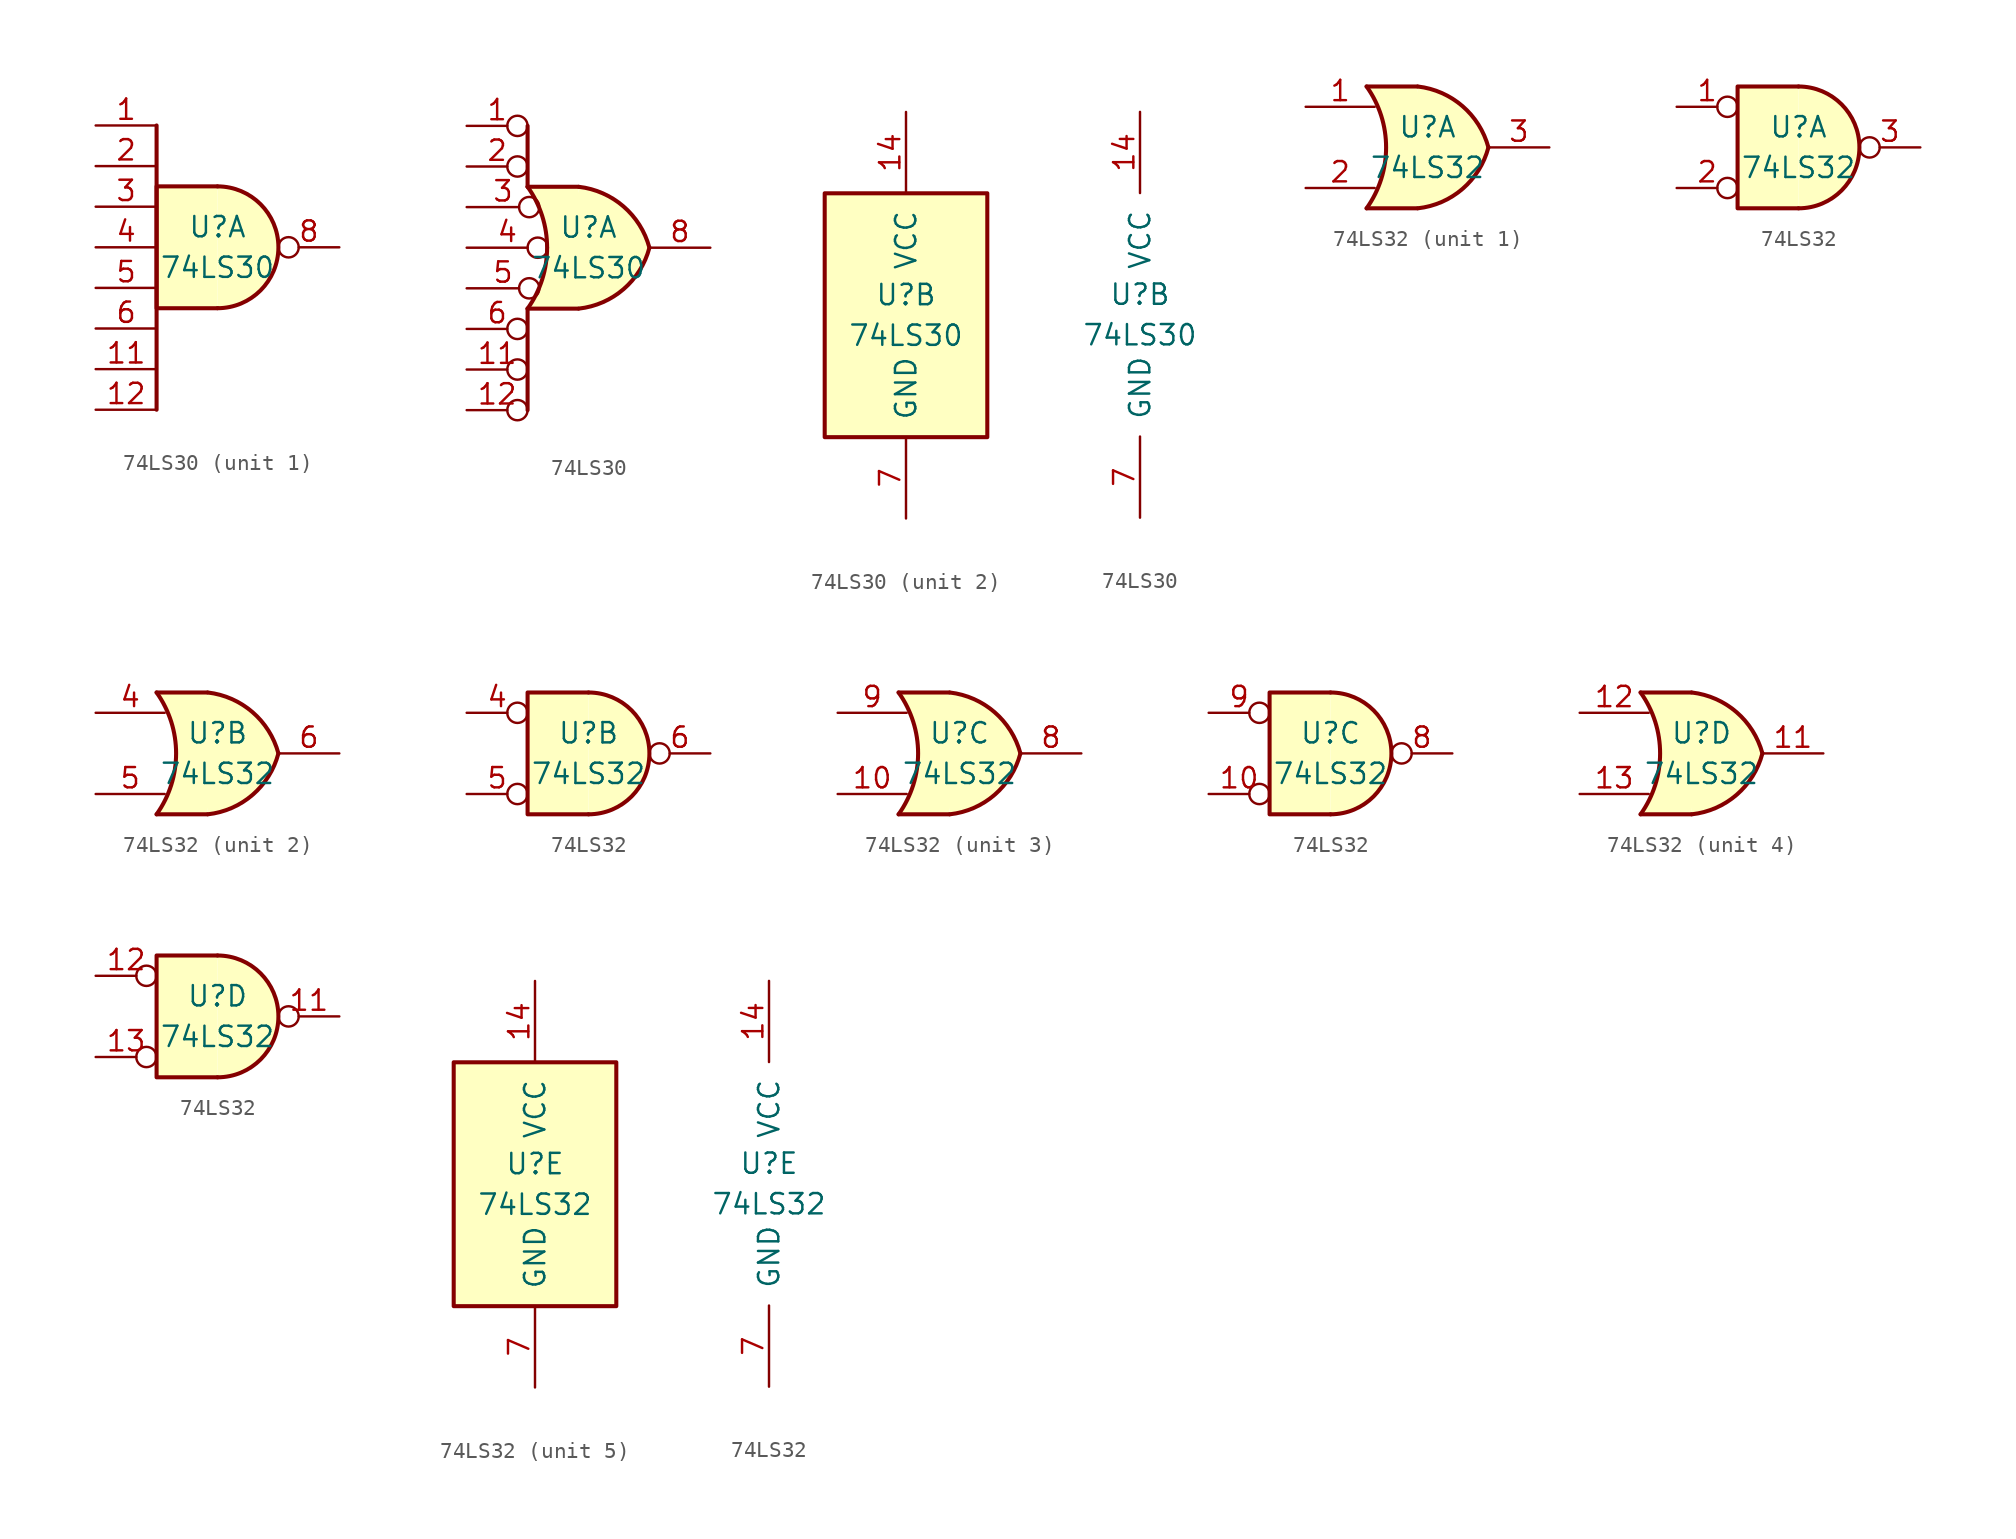
<source format=kicad_sym>
(kicad_symbol_lib
  (version 20201005)
  (generator kicad_symbol_editor)
  (symbol "74LS30"
    (pin_names
      (offset 1.016))
    (property "Reference" "U"
      (at 0 1.27 0)
      (effects (font (size 1.27 1.27))))
    (property "Value" "74LS30"
      (at 0 -1.27 0)
      (effects (font (size 1.27 1.27))))
    (property "ki_locked" ""
      (at 0 0 0)
      (effects (font (size 1.27 1.27))))
    (symbol "74LS30_1_1"
      (arc (start 0 -3.81) (end 0 3.81) (radius (at 0 0) (length 3.81) (angles -89.9 89.9)) (stroke (width 0.254)) (fill (type background)))
      (polyline (pts (xy -3.81 7.62) (xy -3.81 -10.16)) (stroke (width 0.254)) (fill (type none)))
      (polyline (pts (xy 0 3.81) (xy -3.81 3.81) (xy -3.81 -3.81) (xy 0 -3.81)) (stroke (width 0.254)) (fill (type background)))
      (pin input line (at -7.62 7.62 0) (length 3.81) (name "~" (effects (font (size 1.27 1.27)))) (number "1" (effects (font (size 1.27 1.27)))))
      (pin input line (at -7.62 -7.62 0) (length 3.81) (name "~" (effects (font (size 1.27 1.27)))) (number "11" (effects (font (size 1.27 1.27)))))
      (pin input line (at -7.62 -10.16 0) (length 3.81) (name "~" (effects (font (size 1.27 1.27)))) (number "12" (effects (font (size 1.27 1.27)))))
      (pin input line (at -7.62 5.08 0) (length 3.81) (name "~" (effects (font (size 1.27 1.27)))) (number "2" (effects (font (size 1.27 1.27)))))
      (pin input line (at -7.62 2.54 0) (length 3.81) (name "~" (effects (font (size 1.27 1.27)))) (number "3" (effects (font (size 1.27 1.27)))))
      (pin input line (at -7.62 0 0) (length 3.81) (name "~" (effects (font (size 1.27 1.27)))) (number "4" (effects (font (size 1.27 1.27)))))
      (pin input line (at -7.62 -2.54 0) (length 3.81) (name "~" (effects (font (size 1.27 1.27)))) (number "5" (effects (font (size 1.27 1.27)))))
      (pin input line (at -7.62 -5.08 0) (length 3.81) (name "~" (effects (font (size 1.27 1.27)))) (number "6" (effects (font (size 1.27 1.27)))))
      (pin output inverted (at 7.62 0 180) (length 3.81) (name "~" (effects (font (size 1.27 1.27)))) (number "8" (effects (font (size 1.27 1.27))))))
    (symbol "74LS30_1_2"
      (arc (start -3.81 3.81) (end -3.81 -3.81) (radius (at -9.144 0) (length 6.5532) (angles 35.4 -35.4)) (stroke (width 0.254)) (fill (type none)))
      (arc (start 3.81 0) (end -0.6096 3.81) (radius (at -1.1938 -1.3208) (length 5.1816) (angles 15 83.7)) (stroke (width 0.254)) (fill (type background)))
      (arc (start 3.81 0) (end -0.6096 -3.81) (radius (at -1.1938 1.3208) (length 5.1816) (angles -15 -83.7)) (stroke (width 0.254)) (fill (type background)))
      (polyline (pts (xy -3.81 -3.81) (xy -3.81 -10.16)) (stroke (width 0.254)) (fill (type none)))
      (polyline (pts (xy -3.81 -3.81) (xy -0.635 -3.81)) (stroke (width 0.254)) (fill (type background)))
      (polyline (pts (xy -3.81 3.81) (xy -0.635 3.81)) (stroke (width 0.254)) (fill (type background)))
      (polyline (pts (xy -3.81 7.62) (xy -3.81 3.81)) (stroke (width 0.254)) (fill (type none)))
      (polyline (pts (xy -0.635 3.81) (xy -3.81 3.81) (xy -3.81 3.81) (xy -3.556 3.404) (xy -3.023 2.261) (xy -2.692 1.041) (xy -2.616 -0.254) (xy -2.769 -1.499) (xy -3.175 -2.718) (xy -3.81 -3.81) (xy -3.81 -3.81) (xy -0.635 -3.81)) (stroke (width -25.4)) (fill (type background)))
      (pin input inverted (at -7.62 7.62 0) (length 3.81) (name "~" (effects (font (size 1.27 1.27)))) (number "1" (effects (font (size 1.27 1.27)))))
      (pin input inverted (at -7.62 -7.62 0) (length 3.81) (name "~" (effects (font (size 1.27 1.27)))) (number "11" (effects (font (size 1.27 1.27)))))
      (pin input inverted (at -7.62 -10.16 0) (length 3.81) (name "~" (effects (font (size 1.27 1.27)))) (number "12" (effects (font (size 1.27 1.27)))))
      (pin input inverted (at -7.62 5.08 0) (length 3.81) (name "~" (effects (font (size 1.27 1.27)))) (number "2" (effects (font (size 1.27 1.27)))))
      (pin input inverted (at -7.62 2.54 0) (length 4.547) (name "~" (effects (font (size 1.27 1.27)))) (number "3" (effects (font (size 1.27 1.27)))))
      (pin input inverted (at -7.62 0 0) (length 5.08) (name "~" (effects (font (size 1.27 1.27)))) (number "4" (effects (font (size 1.27 1.27)))))
      (pin input inverted (at -7.62 -2.54 0) (length 4.547) (name "~" (effects (font (size 1.27 1.27)))) (number "5" (effects (font (size 1.27 1.27)))))
      (pin input inverted (at -7.62 -5.08 0) (length 3.81) (name "~" (effects (font (size 1.27 1.27)))) (number "6" (effects (font (size 1.27 1.27)))))
      (pin output line (at 7.62 0 180) (length 3.81) (name "~" (effects (font (size 1.27 1.27)))) (number "8" (effects (font (size 1.27 1.27))))))
    (symbol "74LS30_2_0"
      (pin power_in line (at 0 12.7 270) (length 5.08) (name "VCC" (effects (font (size 1.27 1.27)))) (number "14" (effects (font (size 1.27 1.27)))))
      (pin power_in line (at 0 -12.7 90) (length 5.08) (name "GND" (effects (font (size 1.27 1.27)))) (number "7" (effects (font (size 1.27 1.27))))))
    (symbol "74LS30_2_1"
      (rectangle (start -5.08 7.62) (end 5.08 -7.62) (stroke (width 0.254)) (fill (type background)))))
  (symbol "74LS32"
    (pin_names
      (offset 1.016))
    (property "Reference" "U"
      (at 0 1.27 0)
      (effects (font (size 1.27 1.27))))
    (property "Value" "74LS32"
      (at 0 -1.27 0)
      (effects (font (size 1.27 1.27))))
    (property "ki_locked" ""
      (at 0 0 0)
      (effects (font (size 1.27 1.27))))
    (symbol "74LS32_1_1"
      (arc (start -3.81 3.81) (end -3.81 -3.81) (radius (at -9.144 0) (length 6.5532) (angles 35.4 -35.4)) (stroke (width 0.254)) (fill (type none)))
      (arc (start 3.81 0) (end -0.6096 3.81) (radius (at -1.1938 -1.3208) (length 5.1816) (angles 15 83.7)) (stroke (width 0.254)) (fill (type background)))
      (arc (start 3.81 0) (end -0.6096 -3.81) (radius (at -1.1938 1.3208) (length 5.1816) (angles -15 -83.7)) (stroke (width 0.254)) (fill (type background)))
      (polyline (pts (xy -3.81 -3.81) (xy -0.635 -3.81)) (stroke (width 0.254)) (fill (type background)))
      (polyline (pts (xy -3.81 3.81) (xy -0.635 3.81)) (stroke (width 0.254)) (fill (type background)))
      (polyline (pts (xy -0.635 3.81) (xy -3.81 3.81) (xy -3.81 3.81) (xy -3.556 3.404) (xy -3.023 2.261) (xy -2.692 1.041) (xy -2.616 -0.254) (xy -2.769 -1.499) (xy -3.175 -2.718) (xy -3.81 -3.81) (xy -3.81 -3.81) (xy -0.635 -3.81)) (stroke (width -25.4)) (fill (type background)))
      (pin input line (at -7.62 2.54 0) (length 4.318) (name "~" (effects (font (size 1.27 1.27)))) (number "1" (effects (font (size 1.27 1.27)))))
      (pin input line (at -7.62 -2.54 0) (length 4.318) (name "~" (effects (font (size 1.27 1.27)))) (number "2" (effects (font (size 1.27 1.27)))))
      (pin output line (at 7.62 0 180) (length 3.81) (name "~" (effects (font (size 1.27 1.27)))) (number "3" (effects (font (size 1.27 1.27))))))
    (symbol "74LS32_1_2"
      (arc (start 0 -3.81) (end 0 3.81) (radius (at 0 0) (length 3.81) (angles -89.9 89.9)) (stroke (width 0.254)) (fill (type background)))
      (polyline (pts (xy 0 3.81) (xy -3.81 3.81) (xy -3.81 -3.81) (xy 0 -3.81)) (stroke (width 0.254)) (fill (type background)))
      (pin input inverted (at -7.62 2.54 0) (length 3.81) (name "~" (effects (font (size 1.27 1.27)))) (number "1" (effects (font (size 1.27 1.27)))))
      (pin input inverted (at -7.62 -2.54 0) (length 3.81) (name "~" (effects (font (size 1.27 1.27)))) (number "2" (effects (font (size 1.27 1.27)))))
      (pin output inverted (at 7.62 0 180) (length 3.81) (name "~" (effects (font (size 1.27 1.27)))) (number "3" (effects (font (size 1.27 1.27))))))
    (symbol "74LS32_2_1"
      (arc (start -3.81 3.81) (end -3.81 -3.81) (radius (at -9.144 0) (length 6.5532) (angles 35.4 -35.4)) (stroke (width 0.254)) (fill (type none)))
      (arc (start 3.81 0) (end -0.6096 3.81) (radius (at -1.1938 -1.3208) (length 5.1816) (angles 15 83.7)) (stroke (width 0.254)) (fill (type background)))
      (arc (start 3.81 0) (end -0.6096 -3.81) (radius (at -1.1938 1.3208) (length 5.1816) (angles -15 -83.7)) (stroke (width 0.254)) (fill (type background)))
      (polyline (pts (xy -3.81 -3.81) (xy -0.635 -3.81)) (stroke (width 0.254)) (fill (type background)))
      (polyline (pts (xy -3.81 3.81) (xy -0.635 3.81)) (stroke (width 0.254)) (fill (type background)))
      (polyline (pts (xy -0.635 3.81) (xy -3.81 3.81) (xy -3.81 3.81) (xy -3.556 3.404) (xy -3.023 2.261) (xy -2.692 1.041) (xy -2.616 -0.254) (xy -2.769 -1.499) (xy -3.175 -2.718) (xy -3.81 -3.81) (xy -3.81 -3.81) (xy -0.635 -3.81)) (stroke (width -25.4)) (fill (type background)))
      (pin input line (at -7.62 2.54 0) (length 4.318) (name "~" (effects (font (size 1.27 1.27)))) (number "4" (effects (font (size 1.27 1.27)))))
      (pin input line (at -7.62 -2.54 0) (length 4.318) (name "~" (effects (font (size 1.27 1.27)))) (number "5" (effects (font (size 1.27 1.27)))))
      (pin output line (at 7.62 0 180) (length 3.81) (name "~" (effects (font (size 1.27 1.27)))) (number "6" (effects (font (size 1.27 1.27))))))
    (symbol "74LS32_2_2"
      (arc (start 0 -3.81) (end 0 3.81) (radius (at 0 0) (length 3.81) (angles -89.9 89.9)) (stroke (width 0.254)) (fill (type background)))
      (polyline (pts (xy 0 3.81) (xy -3.81 3.81) (xy -3.81 -3.81) (xy 0 -3.81)) (stroke (width 0.254)) (fill (type background)))
      (pin input inverted (at -7.62 2.54 0) (length 3.81) (name "~" (effects (font (size 1.27 1.27)))) (number "4" (effects (font (size 1.27 1.27)))))
      (pin input inverted (at -7.62 -2.54 0) (length 3.81) (name "~" (effects (font (size 1.27 1.27)))) (number "5" (effects (font (size 1.27 1.27)))))
      (pin output inverted (at 7.62 0 180) (length 3.81) (name "~" (effects (font (size 1.27 1.27)))) (number "6" (effects (font (size 1.27 1.27))))))
    (symbol "74LS32_3_1"
      (arc (start -3.81 3.81) (end -3.81 -3.81) (radius (at -9.144 0) (length 6.5532) (angles 35.4 -35.4)) (stroke (width 0.254)) (fill (type none)))
      (arc (start 3.81 0) (end -0.6096 3.81) (radius (at -1.1938 -1.3208) (length 5.1816) (angles 15 83.7)) (stroke (width 0.254)) (fill (type background)))
      (arc (start 3.81 0) (end -0.6096 -3.81) (radius (at -1.1938 1.3208) (length 5.1816) (angles -15 -83.7)) (stroke (width 0.254)) (fill (type background)))
      (polyline (pts (xy -3.81 -3.81) (xy -0.635 -3.81)) (stroke (width 0.254)) (fill (type background)))
      (polyline (pts (xy -3.81 3.81) (xy -0.635 3.81)) (stroke (width 0.254)) (fill (type background)))
      (polyline (pts (xy -0.635 3.81) (xy -3.81 3.81) (xy -3.81 3.81) (xy -3.556 3.404) (xy -3.023 2.261) (xy -2.692 1.041) (xy -2.616 -0.254) (xy -2.769 -1.499) (xy -3.175 -2.718) (xy -3.81 -3.81) (xy -3.81 -3.81) (xy -0.635 -3.81)) (stroke (width -25.4)) (fill (type background)))
      (pin input line (at -7.62 -2.54 0) (length 4.318) (name "~" (effects (font (size 1.27 1.27)))) (number "10" (effects (font (size 1.27 1.27)))))
      (pin output line (at 7.62 0 180) (length 3.81) (name "~" (effects (font (size 1.27 1.27)))) (number "8" (effects (font (size 1.27 1.27)))))
      (pin input line (at -7.62 2.54 0) (length 4.318) (name "~" (effects (font (size 1.27 1.27)))) (number "9" (effects (font (size 1.27 1.27))))))
    (symbol "74LS32_3_2"
      (arc (start 0 -3.81) (end 0 3.81) (radius (at 0 0) (length 3.81) (angles -89.9 89.9)) (stroke (width 0.254)) (fill (type background)))
      (polyline (pts (xy 0 3.81) (xy -3.81 3.81) (xy -3.81 -3.81) (xy 0 -3.81)) (stroke (width 0.254)) (fill (type background)))
      (pin input inverted (at -7.62 -2.54 0) (length 3.81) (name "~" (effects (font (size 1.27 1.27)))) (number "10" (effects (font (size 1.27 1.27)))))
      (pin output inverted (at 7.62 0 180) (length 3.81) (name "~" (effects (font (size 1.27 1.27)))) (number "8" (effects (font (size 1.27 1.27)))))
      (pin input inverted (at -7.62 2.54 0) (length 3.81) (name "~" (effects (font (size 1.27 1.27)))) (number "9" (effects (font (size 1.27 1.27))))))
    (symbol "74LS32_4_1"
      (arc (start -3.81 3.81) (end -3.81 -3.81) (radius (at -9.144 0) (length 6.5532) (angles 35.4 -35.4)) (stroke (width 0.254)) (fill (type none)))
      (arc (start 3.81 0) (end -0.6096 3.81) (radius (at -1.1938 -1.3208) (length 5.1816) (angles 15 83.7)) (stroke (width 0.254)) (fill (type background)))
      (arc (start 3.81 0) (end -0.6096 -3.81) (radius (at -1.1938 1.3208) (length 5.1816) (angles -15 -83.7)) (stroke (width 0.254)) (fill (type background)))
      (polyline (pts (xy -3.81 -3.81) (xy -0.635 -3.81)) (stroke (width 0.254)) (fill (type background)))
      (polyline (pts (xy -3.81 3.81) (xy -0.635 3.81)) (stroke (width 0.254)) (fill (type background)))
      (polyline (pts (xy -0.635 3.81) (xy -3.81 3.81) (xy -3.81 3.81) (xy -3.556 3.404) (xy -3.023 2.261) (xy -2.692 1.041) (xy -2.616 -0.254) (xy -2.769 -1.499) (xy -3.175 -2.718) (xy -3.81 -3.81) (xy -3.81 -3.81) (xy -0.635 -3.81)) (stroke (width -25.4)) (fill (type background)))
      (pin output line (at 7.62 0 180) (length 3.81) (name "~" (effects (font (size 1.27 1.27)))) (number "11" (effects (font (size 1.27 1.27)))))
      (pin input line (at -7.62 2.54 0) (length 4.318) (name "~" (effects (font (size 1.27 1.27)))) (number "12" (effects (font (size 1.27 1.27)))))
      (pin input line (at -7.62 -2.54 0) (length 4.318) (name "~" (effects (font (size 1.27 1.27)))) (number "13" (effects (font (size 1.27 1.27))))))
    (symbol "74LS32_4_2"
      (arc (start 0 -3.81) (end 0 3.81) (radius (at 0 0) (length 3.81) (angles -89.9 89.9)) (stroke (width 0.254)) (fill (type background)))
      (polyline (pts (xy 0 3.81) (xy -3.81 3.81) (xy -3.81 -3.81) (xy 0 -3.81)) (stroke (width 0.254)) (fill (type background)))
      (pin output inverted (at 7.62 0 180) (length 3.81) (name "~" (effects (font (size 1.27 1.27)))) (number "11" (effects (font (size 1.27 1.27)))))
      (pin input inverted (at -7.62 2.54 0) (length 3.81) (name "~" (effects (font (size 1.27 1.27)))) (number "12" (effects (font (size 1.27 1.27)))))
      (pin input inverted (at -7.62 -2.54 0) (length 3.81) (name "~" (effects (font (size 1.27 1.27)))) (number "13" (effects (font (size 1.27 1.27))))))
    (symbol "74LS32_5_0"
      (pin power_in line (at 0 12.7 270) (length 5.08) (name "VCC" (effects (font (size 1.27 1.27)))) (number "14" (effects (font (size 1.27 1.27)))))
      (pin power_in line (at 0 -12.7 90) (length 5.08) (name "GND" (effects (font (size 1.27 1.27)))) (number "7" (effects (font (size 1.27 1.27))))))
    (symbol "74LS32_5_1"
      (rectangle (start -5.08 7.62) (end 5.08 -7.62) (stroke (width 0.254)) (fill (type background))))))
</source>
